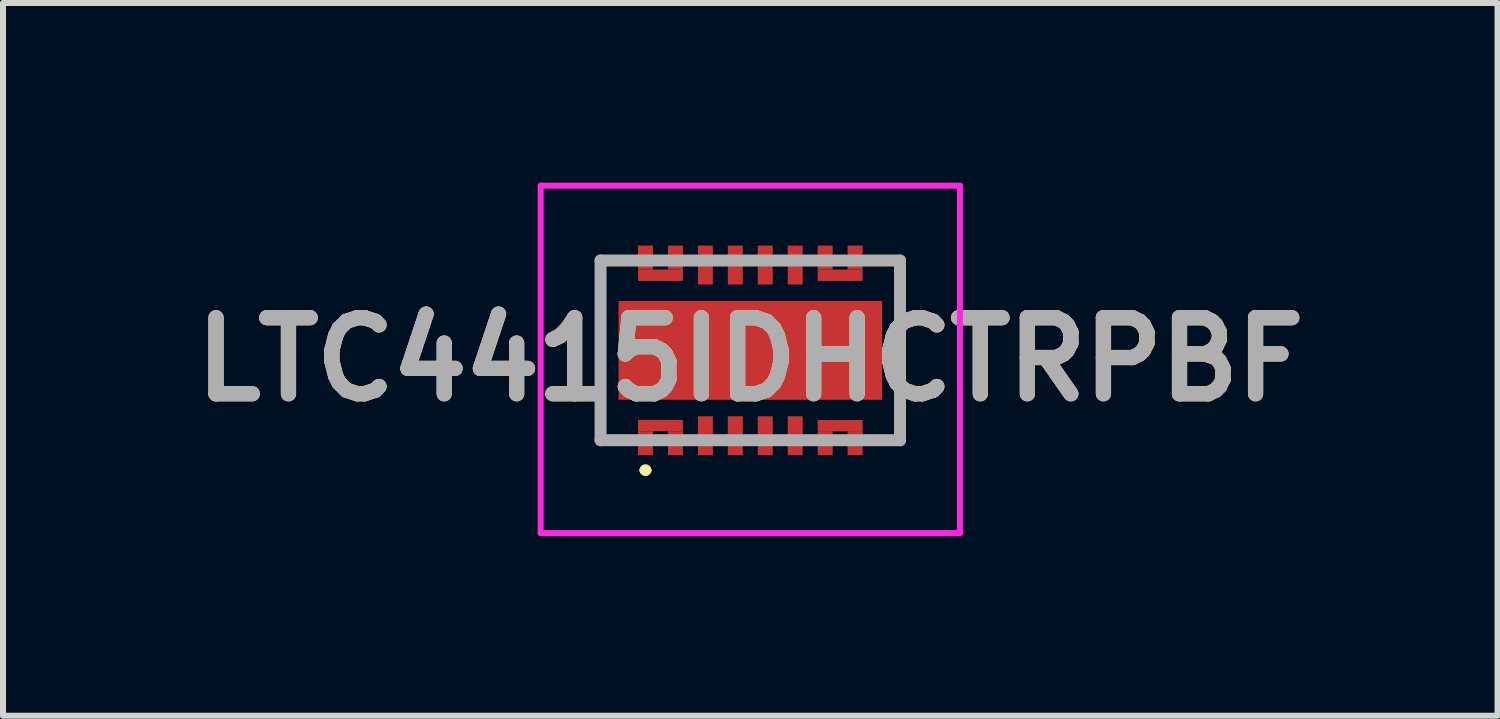
<source format=kicad_pcb>
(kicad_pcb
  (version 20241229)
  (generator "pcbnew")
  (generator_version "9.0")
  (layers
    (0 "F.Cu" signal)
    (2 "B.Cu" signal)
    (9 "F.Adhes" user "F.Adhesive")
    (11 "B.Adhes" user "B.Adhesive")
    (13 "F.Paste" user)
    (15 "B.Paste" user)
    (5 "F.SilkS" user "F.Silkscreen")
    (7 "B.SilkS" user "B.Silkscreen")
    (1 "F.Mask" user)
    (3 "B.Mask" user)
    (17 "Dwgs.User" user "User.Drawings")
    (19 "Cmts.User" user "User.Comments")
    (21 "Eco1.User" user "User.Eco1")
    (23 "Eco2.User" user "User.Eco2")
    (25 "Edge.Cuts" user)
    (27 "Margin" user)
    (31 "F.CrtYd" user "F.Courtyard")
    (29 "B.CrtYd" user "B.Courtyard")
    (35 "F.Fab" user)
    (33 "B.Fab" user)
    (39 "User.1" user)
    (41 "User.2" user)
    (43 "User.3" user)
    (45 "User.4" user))
  (footprint "LTC4415IDHCTRPBF"
    (layer "F.Cu")
    (at 9.477 1.45)
    (property "Reference" "LTC4415IDHCTRPBF" (at 0 1.5 0) (layer "F.SilkS") (effects (font (size 1.27 1.27) (thickness 0.254))))
    (attr smd)
    (fp_line (start -2.5 -0.15) (end -2.5 2.85) (stroke (width 0.1) (type solid)) (layer "F.SilkS"))
    (fp_line (start -2.5 2.85) (end -2.2 2.85) (stroke (width 0.1) (type solid)) (layer "F.SilkS"))
    (fp_line (start -2.2 -0.15) (end -2.5 -0.15) (stroke (width 0.1) (type solid)) (layer "F.SilkS"))
    (fp_line (start -1.8 3.35) (end -1.8 3.35) (stroke (width 0.1) (type solid)) (layer "F.SilkS"))
    (fp_line (start -1.7 3.35) (end -1.7 3.35) (stroke (width 0.1) (type solid)) (layer "F.SilkS"))
    (fp_line (start 2.2 -0.15) (end 2.5 -0.15) (stroke (width 0.1) (type solid)) (layer "F.SilkS"))
    (fp_line (start 2.5 -0.15) (end 2.5 2.85) (stroke (width 0.1) (type solid)) (layer "F.SilkS"))
    (fp_line (start 2.5 2.85) (end 2.2 2.85) (stroke (width 0.1) (type solid)) (layer "F.SilkS"))
    (fp_arc (start -1.8 3.35) (mid -1.75 3.3) (end -1.7 3.35) (stroke (width 0.1) (type solid)) (layer "F.SilkS"))
    (fp_arc (start -1.7 3.35) (mid -1.75 3.4) (end -1.8 3.35) (stroke (width 0.1) (type solid)) (layer "F.SilkS"))
    (fp_line (start -3.5 -1.4) (end 3.5 -1.4) (stroke (width 0.1) (type solid)) (layer "F.CrtYd"))
    (fp_line (start -3.5 4.4) (end -3.5 -1.4) (stroke (width 0.1) (type solid)) (layer "F.CrtYd"))
    (fp_line (start 3.5 -1.4) (end 3.5 4.4) (stroke (width 0.1) (type solid)) (layer "F.CrtYd"))
    (fp_line (start 3.5 4.4) (end -3.5 4.4) (stroke (width 0.1) (type solid)) (layer "F.CrtYd"))
    (fp_line (start -2.5 -0.15) (end 2.5 -0.15) (stroke (width 0.2) (type solid)) (layer "F.Fab"))
    (fp_line (start -2.5 2.85) (end -2.5 -0.15) (stroke (width 0.2) (type solid)) (layer "F.Fab"))
    (fp_line (start 2.5 -0.15) (end 2.5 2.85) (stroke (width 0.2) (type solid)) (layer "F.Fab"))
    (fp_line (start 2.5 2.85) (end -2.5 2.85) (stroke (width 0.2) (type solid)) (layer "F.Fab"))
    (fp_text user "${REFERENCE}" (at 0 1.5 0) (layer "F.Fab") (effects (font (size 1.27 1.27) (thickness 0.254))))
    (pad "1" smd rect (at -1.75 2.9) (size 0.25 0.4) (layers "F.Cu" "F.Mask" "F.Paste"))
    (pad "2" smd rect (at -1.25 2.9) (size 0.25 0.4) (layers "F.Cu" "F.Mask" "F.Paste"))
    (pad "3" smd rect (at -0.75 2.775) (size 0.25 0.65) (layers "F.Cu" "F.Mask" "F.Paste"))
    (pad "4" smd rect (at -0.25 2.775) (size 0.25 0.65) (layers "F.Cu" "F.Mask" "F.Paste"))
    (pad "5" smd rect (at 0.25 2.775) (size 0.25 0.65) (layers "F.Cu" "F.Mask" "F.Paste"))
    (pad "6" smd rect (at 0.75 2.775) (size 0.25 0.65) (layers "F.Cu" "F.Mask" "F.Paste"))
    (pad "7" smd rect (at 1.25 2.9) (size 0.25 0.4) (layers "F.Cu" "F.Mask" "F.Paste"))
    (pad "8" smd rect (at 1.75 2.9) (size 0.25 0.4) (layers "F.Cu" "F.Mask" "F.Paste"))
    (pad "9" smd rect (at 1.75 -0.2) (size 0.25 0.4) (layers "F.Cu" "F.Mask" "F.Paste"))
    (pad "10" smd rect (at 1.25 -0.2) (size 0.25 0.4) (layers "F.Cu" "F.Mask" "F.Paste"))
    (pad "11" smd rect (at 0.75 -0.075) (size 0.25 0.65) (layers "F.Cu" "F.Mask" "F.Paste"))
    (pad "12" smd rect (at 0.25 -0.075) (size 0.25 0.65) (layers "F.Cu" "F.Mask" "F.Paste"))
    (pad "13" smd rect (at -0.25 -0.075) (size 0.25 0.65) (layers "F.Cu" "F.Mask" "F.Paste"))
    (pad "14" smd rect (at -0.75 -0.075) (size 0.25 0.65) (layers "F.Cu" "F.Mask" "F.Paste"))
    (pad "15" smd rect (at -1.25 -0.2) (size 0.25 0.4) (layers "F.Cu" "F.Mask" "F.Paste"))
    (pad "16" smd rect (at -1.75 -0.2) (size 0.25 0.4) (layers "F.Cu" "F.Mask" "F.Paste"))
    (pad "17" smd rect (at 0 1.35 90) (size 1.65 4.4) (layers "F.Cu" "F.Mask" "F.Paste"))
    (pad "18" smd rect (at -1.5 2.605 90) (size 0.19 0.75) (layers "F.Cu" "F.Mask" "F.Paste"))
    (pad "19" smd rect (at -1.5 0.095 90) (size 0.19 0.75) (layers "F.Cu" "F.Mask" "F.Paste"))
    (pad "20" smd rect (at 1.5 2.608 90) (size 0.19 0.75) (layers "F.Cu" "F.Mask" "F.Paste"))
    (pad "21" smd rect (at 1.5 0.095 90) (size 0.19 0.75) (layers "F.Cu" "F.Mask" "F.Paste")))
  (gr_rect
    (start -3 -3)
    (end 21.953 8.9)
    (stroke (width 0.1) (type default))
    (fill no)
    (layer "Edge.Cuts")))
</source>
